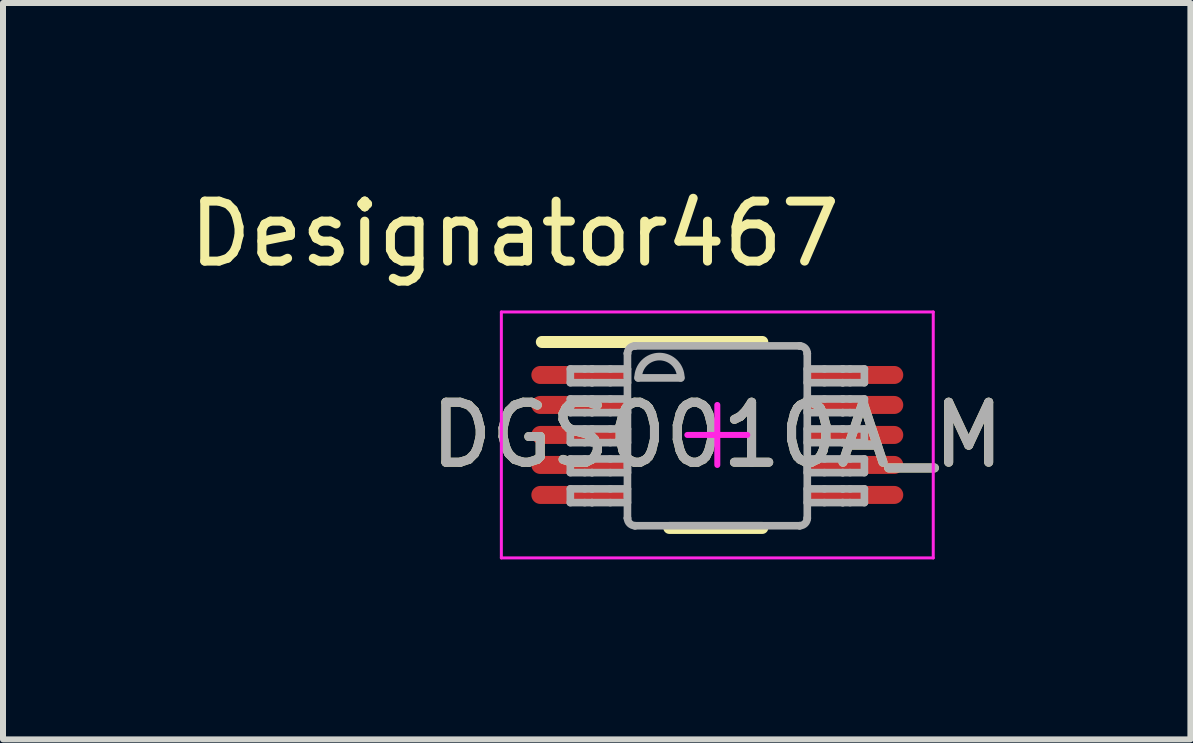
<source format=kicad_pcb>
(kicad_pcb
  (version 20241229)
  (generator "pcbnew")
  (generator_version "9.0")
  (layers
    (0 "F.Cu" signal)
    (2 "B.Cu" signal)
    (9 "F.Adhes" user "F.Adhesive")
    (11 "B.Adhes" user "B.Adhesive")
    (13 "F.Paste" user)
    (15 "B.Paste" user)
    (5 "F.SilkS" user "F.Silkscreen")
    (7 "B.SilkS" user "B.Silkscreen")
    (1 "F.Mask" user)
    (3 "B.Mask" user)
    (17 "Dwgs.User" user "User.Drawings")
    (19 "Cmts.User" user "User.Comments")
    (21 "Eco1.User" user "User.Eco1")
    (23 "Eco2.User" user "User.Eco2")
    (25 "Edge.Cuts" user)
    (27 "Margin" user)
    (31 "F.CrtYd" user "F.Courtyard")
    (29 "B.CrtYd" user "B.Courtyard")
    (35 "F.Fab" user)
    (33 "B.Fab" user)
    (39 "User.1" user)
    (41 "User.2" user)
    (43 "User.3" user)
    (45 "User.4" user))
  (footprint "DGS0010A_M"
    (layer "F.Cu")
    (at 8.908 4.201)
    (property "Reference" "DGS0010A_M" (at 0 0 0) (unlocked yes) (layer "F.SilkS") (effects (font (size 1 1) (thickness 0.15))))
    (attr smd)
    (fp_line (start -2.925 -1.55) (end 0.75 -1.55) (stroke (width 0.2) (type solid)) (layer "F.SilkS"))
    (fp_line (start -0.8 1.55) (end 0.75 1.55) (stroke (width 0.2) (type solid)) (layer "F.SilkS"))
    (fp_line (start -3.6 -2.05) (end 3.6 -2.05) (stroke (width 0.05) (type solid)) (layer "F.CrtYd"))
    (fp_line (start -3.6 2.05) (end -3.6 -2.05) (stroke (width 0.05) (type solid)) (layer "F.CrtYd"))
    (fp_line (start -3.6 2.05) (end 3.6 2.05) (stroke (width 0.05) (type solid)) (layer "F.CrtYd"))
    (fp_line (start -0.5 0.000003) (end 0.5 0.000003) (stroke (width 0.1) (type solid)) (layer "F.CrtYd"))
    (fp_line (start 0 0.5) (end 0 -0.5) (stroke (width 0.1) (type solid)) (layer "F.CrtYd"))
    (fp_line (start 3.6 2.05) (end 3.6 -2.05) (stroke (width 0.05) (type solid)) (layer "F.CrtYd"))
    (fp_line (start -2.45 -1.1) (end -2.21 -1.1) (stroke (width 0.127) (type solid)) (layer "F.Fab"))
    (fp_line (start -2.45 -0.871) (end -2.45 -1.1) (stroke (width 0.127) (type solid)) (layer "F.Fab"))
    (fp_line (start -2.45 -0.871) (end -2.21 -0.871) (stroke (width 0.127) (type solid)) (layer "F.Fab"))
    (fp_line (start -2.45 -0.6) (end -2.21 -0.6) (stroke (width 0.127) (type solid)) (layer "F.Fab"))
    (fp_line (start -2.45 -0.372) (end -2.45 -0.6) (stroke (width 0.127) (type solid)) (layer "F.Fab"))
    (fp_line (start -2.45 -0.372) (end -2.21 -0.372) (stroke (width 0.127) (type solid)) (layer "F.Fab"))
    (fp_line (start -2.45 -0.1) (end -2.21 -0.1) (stroke (width 0.127) (type solid)) (layer "F.Fab"))
    (fp_line (start -2.45 0.128) (end -2.45 -0.1) (stroke (width 0.127) (type solid)) (layer "F.Fab"))
    (fp_line (start -2.45 0.128) (end -2.21 0.128) (stroke (width 0.127) (type solid)) (layer "F.Fab"))
    (fp_line (start -2.45 0.4) (end -2.21 0.4) (stroke (width 0.127) (type solid)) (layer "F.Fab"))
    (fp_line (start -2.45 0.628) (end -2.45 0.4) (stroke (width 0.127) (type solid)) (layer "F.Fab"))
    (fp_line (start -2.45 0.628) (end -2.21 0.628) (stroke (width 0.127) (type solid)) (layer "F.Fab"))
    (fp_line (start -2.45 0.899) (end -2.21 0.899) (stroke (width 0.127) (type solid)) (layer "F.Fab"))
    (fp_line (start -2.45 1.128) (end -2.45 0.899) (stroke (width 0.127) (type solid)) (layer "F.Fab"))
    (fp_line (start -2.45 1.128) (end -2.21 1.128) (stroke (width 0.127) (type solid)) (layer "F.Fab"))
    (fp_line (start -2.21 -1.1) (end -2.09 -1.1) (stroke (width 0.127) (type solid)) (layer "F.Fab"))
    (fp_line (start -2.21 -0.871) (end -2.09 -0.871) (stroke (width 0.127) (type solid)) (layer "F.Fab"))
    (fp_line (start -2.21 -0.6) (end -2.09 -0.6) (stroke (width 0.127) (type solid)) (layer "F.Fab"))
    (fp_line (start -2.21 -0.372) (end -2.09 -0.372) (stroke (width 0.127) (type solid)) (layer "F.Fab"))
    (fp_line (start -2.21 -0.1) (end -2.09 -0.1) (stroke (width 0.127) (type solid)) (layer "F.Fab"))
    (fp_line (start -2.21 0.128) (end -2.09 0.128) (stroke (width 0.127) (type solid)) (layer "F.Fab"))
    (fp_line (start -2.21 0.4) (end -2.09 0.4) (stroke (width 0.127) (type solid)) (layer "F.Fab"))
    (fp_line (start -2.21 0.628) (end -2.09 0.628) (stroke (width 0.127) (type solid)) (layer "F.Fab"))
    (fp_line (start -2.21 0.899) (end -2.09 0.899) (stroke (width 0.127) (type solid)) (layer "F.Fab"))
    (fp_line (start -2.21 1.128) (end -2.09 1.128) (stroke (width 0.127) (type solid)) (layer "F.Fab"))
    (fp_line (start -2.09 -1.1) (end -2.087 -1.1) (stroke (width 0.127) (type solid)) (layer "F.Fab"))
    (fp_line (start -2.09 -0.871) (end -2.087 -0.871) (stroke (width 0.127) (type solid)) (layer "F.Fab"))
    (fp_line (start -2.09 -0.6) (end -2.087 -0.6) (stroke (width 0.127) (type solid)) (layer "F.Fab"))
    (fp_line (start -2.09 -0.372) (end -2.087 -0.372) (stroke (width 0.127) (type solid)) (layer "F.Fab"))
    (fp_line (start -2.09 -0.1) (end -2.087 -0.1) (stroke (width 0.127) (type solid)) (layer "F.Fab"))
    (fp_line (start -2.09 0.128) (end -2.087 0.128) (stroke (width 0.127) (type solid)) (layer "F.Fab"))
    (fp_line (start -2.09 0.4) (end -2.087 0.4) (stroke (width 0.127) (type solid)) (layer "F.Fab"))
    (fp_line (start -2.09 0.628) (end -2.087 0.628) (stroke (width 0.127) (type solid)) (layer "F.Fab"))
    (fp_line (start -2.09 0.899) (end -2.087 0.899) (stroke (width 0.127) (type solid)) (layer "F.Fab"))
    (fp_line (start -2.09 1.128) (end -2.087 1.128) (stroke (width 0.127) (type solid)) (layer "F.Fab"))
    (fp_line (start -2.087 -1.1) (end -1.784 -1.1) (stroke (width 0.127) (type solid)) (layer "F.Fab"))
    (fp_line (start -2.087 -0.871) (end -1.784 -0.871) (stroke (width 0.127) (type solid)) (layer "F.Fab"))
    (fp_line (start -2.087 -0.6) (end -1.784 -0.6) (stroke (width 0.127) (type solid)) (layer "F.Fab"))
    (fp_line (start -2.087 -0.372) (end -1.784 -0.372) (stroke (width 0.127) (type solid)) (layer "F.Fab"))
    (fp_line (start -2.087 -0.1) (end -1.784 -0.1) (stroke (width 0.127) (type solid)) (layer "F.Fab"))
    (fp_line (start -2.087 0.128) (end -1.784 0.128) (stroke (width 0.127) (type solid)) (layer "F.Fab"))
    (fp_line (start -2.087 0.4) (end -1.784 0.4) (stroke (width 0.127) (type solid)) (layer "F.Fab"))
    (fp_line (start -2.087 0.628) (end -1.784 0.628) (stroke (width 0.127) (type solid)) (layer "F.Fab"))
    (fp_line (start -2.087 0.899) (end -1.784 0.899) (stroke (width 0.127) (type solid)) (layer "F.Fab"))
    (fp_line (start -2.087 1.128) (end -1.784 1.128) (stroke (width 0.127) (type solid)) (layer "F.Fab"))
    (fp_line (start -1.784 -1.1) (end -1.498 -1.1) (stroke (width 0.127) (type solid)) (layer "F.Fab"))
    (fp_line (start -1.784 -0.871) (end -1.498 -0.871) (stroke (width 0.127) (type solid)) (layer "F.Fab"))
    (fp_line (start -1.784 -0.6) (end -1.498 -0.6) (stroke (width 0.127) (type solid)) (layer "F.Fab"))
    (fp_line (start -1.784 -0.372) (end -1.498 -0.372) (stroke (width 0.127) (type solid)) (layer "F.Fab"))
    (fp_line (start -1.784 -0.1) (end -1.498 -0.1) (stroke (width 0.127) (type solid)) (layer "F.Fab"))
    (fp_line (start -1.784 0.128) (end -1.498 0.128) (stroke (width 0.127) (type solid)) (layer "F.Fab"))
    (fp_line (start -1.784 0.4) (end -1.498 0.4) (stroke (width 0.127) (type solid)) (layer "F.Fab"))
    (fp_line (start -1.784 0.628) (end -1.498 0.628) (stroke (width 0.127) (type solid)) (layer "F.Fab"))
    (fp_line (start -1.784 0.899) (end -1.498 0.899) (stroke (width 0.127) (type solid)) (layer "F.Fab"))
    (fp_line (start -1.784 1.128) (end -1.498 1.128) (stroke (width 0.127) (type solid)) (layer "F.Fab"))
    (fp_line (start -1.498 -1.358) (end -1.497 -1.36) (stroke (width 0.127) (type solid)) (layer "F.Fab"))
    (fp_line (start -1.498 -0.871) (end -1.498 -1.1) (stroke (width 0.127) (type solid)) (layer "F.Fab"))
    (fp_line (start -1.498 -0.372) (end -1.498 -0.6) (stroke (width 0.127) (type solid)) (layer "F.Fab"))
    (fp_line (start -1.498 0.128) (end -1.498 -0.1) (stroke (width 0.127) (type solid)) (layer "F.Fab"))
    (fp_line (start -1.498 0.628) (end -1.498 0.4) (stroke (width 0.127) (type solid)) (layer "F.Fab"))
    (fp_line (start -1.498 1.128) (end -1.498 0.899) (stroke (width 0.127) (type solid)) (layer "F.Fab"))
    (fp_line (start -1.498 1.386) (end -1.498 -1.358) (stroke (width 0.127) (type solid)) (layer "F.Fab"))
    (fp_line (start -1.498 1.386) (end -1.497 1.388) (stroke (width 0.127) (type solid)) (layer "F.Fab"))
    (fp_line (start -1.373 -1.485) (end -1.371 -1.485) (stroke (width 0.127) (type solid)) (layer "F.Fab"))
    (fp_line (start -1.373 1.513) (end -1.371 1.513) (stroke (width 0.127) (type solid)) (layer "F.Fab"))
    (fp_line (start -1.371 -1.485) (end 1.373 -1.485) (stroke (width 0.127) (type solid)) (layer "F.Fab"))
    (fp_line (start -1.371 1.513) (end 1.373 1.513) (stroke (width 0.127) (type solid)) (layer "F.Fab"))
    (fp_line (start -1.32 -0.951) (end -0.609 -0.951) (stroke (width 0.127) (type solid)) (layer "F.Fab"))
    (fp_line (start 1.373 -1.485) (end 1.375 -1.485) (stroke (width 0.127) (type solid)) (layer "F.Fab"))
    (fp_line (start 1.373 1.513) (end 1.375 1.513) (stroke (width 0.127) (type solid)) (layer "F.Fab"))
    (fp_line (start 1.5 -1.36) (end 1.5 -1.358) (stroke (width 0.127) (type solid)) (layer "F.Fab"))
    (fp_line (start 1.5 1.388) (end 1.5 1.386) (stroke (width 0.127) (type solid)) (layer "F.Fab"))
    (fp_line (start 1.5 -1.1) (end 1.786 -1.1) (stroke (width 0.127) (type solid)) (layer "F.Fab"))
    (fp_line (start 1.5 -0.871) (end 1.5 -1.1) (stroke (width 0.127) (type solid)) (layer "F.Fab"))
    (fp_line (start 1.5 -0.871) (end 1.786 -0.871) (stroke (width 0.127) (type solid)) (layer "F.Fab"))
    (fp_line (start 1.5 -0.6) (end 1.786 -0.6) (stroke (width 0.127) (type solid)) (layer "F.Fab"))
    (fp_line (start 1.5 -0.372) (end 1.5 -0.6) (stroke (width 0.127) (type solid)) (layer "F.Fab"))
    (fp_line (start 1.5 -0.372) (end 1.786 -0.372) (stroke (width 0.127) (type solid)) (layer "F.Fab"))
    (fp_line (start 1.5 -0.1) (end 1.786 -0.1) (stroke (width 0.127) (type solid)) (layer "F.Fab"))
    (fp_line (start 1.5 0.128) (end 1.5 -0.1) (stroke (width 0.127) (type solid)) (layer "F.Fab"))
    (fp_line (start 1.5 0.128) (end 1.786 0.128) (stroke (width 0.127) (type solid)) (layer "F.Fab"))
    (fp_line (start 1.5 0.4) (end 1.786 0.4) (stroke (width 0.127) (type solid)) (layer "F.Fab"))
    (fp_line (start 1.5 0.628) (end 1.5 0.4) (stroke (width 0.127) (type solid)) (layer "F.Fab"))
    (fp_line (start 1.5 0.628) (end 1.786 0.628) (stroke (width 0.127) (type solid)) (layer "F.Fab"))
    (fp_line (start 1.5 0.899) (end 1.786 0.899) (stroke (width 0.127) (type solid)) (layer "F.Fab"))
    (fp_line (start 1.5 1.128) (end 1.5 0.899) (stroke (width 0.127) (type solid)) (layer "F.Fab"))
    (fp_line (start 1.5 1.128) (end 1.786 1.128) (stroke (width 0.127) (type solid)) (layer "F.Fab"))
    (fp_line (start 1.5 1.386) (end 1.5 -1.358) (stroke (width 0.127) (type solid)) (layer "F.Fab"))
    (fp_line (start 1.786 -1.1) (end 2.089 -1.1) (stroke (width 0.127) (type solid)) (layer "F.Fab"))
    (fp_line (start 1.786 -0.871) (end 2.089 -0.871) (stroke (width 0.127) (type solid)) (layer "F.Fab"))
    (fp_line (start 1.786 -0.6) (end 2.089 -0.6) (stroke (width 0.127) (type solid)) (layer "F.Fab"))
    (fp_line (start 1.786 -0.372) (end 2.089 -0.372) (stroke (width 0.127) (type solid)) (layer "F.Fab"))
    (fp_line (start 1.786 -0.1) (end 2.089 -0.1) (stroke (width 0.127) (type solid)) (layer "F.Fab"))
    (fp_line (start 1.786 0.128) (end 2.089 0.128) (stroke (width 0.127) (type solid)) (layer "F.Fab"))
    (fp_line (start 1.786 0.4) (end 2.089 0.4) (stroke (width 0.127) (type solid)) (layer "F.Fab"))
    (fp_line (start 1.786 0.628) (end 2.089 0.628) (stroke (width 0.127) (type solid)) (layer "F.Fab"))
    (fp_line (start 1.786 0.899) (end 2.089 0.899) (stroke (width 0.127) (type solid)) (layer "F.Fab"))
    (fp_line (start 1.786 1.128) (end 2.089 1.128) (stroke (width 0.127) (type solid)) (layer "F.Fab"))
    (fp_line (start 2.089 -1.1) (end 2.093 -1.1) (stroke (width 0.127) (type solid)) (layer "F.Fab"))
    (fp_line (start 2.089 -0.871) (end 2.093 -0.871) (stroke (width 0.127) (type solid)) (layer "F.Fab"))
    (fp_line (start 2.089 -0.6) (end 2.093 -0.6) (stroke (width 0.127) (type solid)) (layer "F.Fab"))
    (fp_line (start 2.089 -0.372) (end 2.093 -0.372) (stroke (width 0.127) (type solid)) (layer "F.Fab"))
    (fp_line (start 2.089 -0.1) (end 2.093 -0.1) (stroke (width 0.127) (type solid)) (layer "F.Fab"))
    (fp_line (start 2.089 0.128) (end 2.093 0.128) (stroke (width 0.127) (type solid)) (layer "F.Fab"))
    (fp_line (start 2.089 0.4) (end 2.093 0.4) (stroke (width 0.127) (type solid)) (layer "F.Fab"))
    (fp_line (start 2.089 0.628) (end 2.093 0.628) (stroke (width 0.127) (type solid)) (layer "F.Fab"))
    (fp_line (start 2.089 0.899) (end 2.093 0.899) (stroke (width 0.127) (type solid)) (layer "F.Fab"))
    (fp_line (start 2.089 1.128) (end 2.093 1.128) (stroke (width 0.127) (type solid)) (layer "F.Fab"))
    (fp_line (start 2.093 -1.1) (end 2.213 -1.1) (stroke (width 0.127) (type solid)) (layer "F.Fab"))
    (fp_line (start 2.093 -0.871) (end 2.213 -0.871) (stroke (width 0.127) (type solid)) (layer "F.Fab"))
    (fp_line (start 2.093 -0.6) (end 2.213 -0.6) (stroke (width 0.127) (type solid)) (layer "F.Fab"))
    (fp_line (start 2.093 -0.372) (end 2.213 -0.372) (stroke (width 0.127) (type solid)) (layer "F.Fab"))
    (fp_line (start 2.093 -0.1) (end 2.213 -0.1) (stroke (width 0.127) (type solid)) (layer "F.Fab"))
    (fp_line (start 2.093 0.128) (end 2.213 0.128) (stroke (width 0.127) (type solid)) (layer "F.Fab"))
    (fp_line (start 2.093 0.4) (end 2.213 0.4) (stroke (width 0.127) (type solid)) (layer "F.Fab"))
    (fp_line (start 2.093 0.628) (end 2.213 0.628) (stroke (width 0.127) (type solid)) (layer "F.Fab"))
    (fp_line (start 2.093 0.899) (end 2.213 0.899) (stroke (width 0.127) (type solid)) (layer "F.Fab"))
    (fp_line (start 2.093 1.128) (end 2.213 1.128) (stroke (width 0.127) (type solid)) (layer "F.Fab"))
    (fp_line (start 2.213 -1.1) (end 2.452 -1.1) (stroke (width 0.127) (type solid)) (layer "F.Fab"))
    (fp_line (start 2.213 -0.871) (end 2.452 -0.871) (stroke (width 0.127) (type solid)) (layer "F.Fab"))
    (fp_line (start 2.213 -0.6) (end 2.452 -0.6) (stroke (width 0.127) (type solid)) (layer "F.Fab"))
    (fp_line (start 2.213 -0.372) (end 2.452 -0.372) (stroke (width 0.127) (type solid)) (layer "F.Fab"))
    (fp_line (start 2.213 -0.1) (end 2.452 -0.1) (stroke (width 0.127) (type solid)) (layer "F.Fab"))
    (fp_line (start 2.213 0.128) (end 2.452 0.128) (stroke (width 0.127) (type solid)) (layer "F.Fab"))
    (fp_line (start 2.213 0.4) (end 2.452 0.4) (stroke (width 0.127) (type solid)) (layer "F.Fab"))
    (fp_line (start 2.213 0.628) (end 2.452 0.628) (stroke (width 0.127) (type solid)) (layer "F.Fab"))
    (fp_line (start 2.213 0.899) (end 2.452 0.899) (stroke (width 0.127) (type solid)) (layer "F.Fab"))
    (fp_line (start 2.213 1.128) (end 2.452 1.128) (stroke (width 0.127) (type solid)) (layer "F.Fab"))
    (fp_line (start 2.452 -0.871) (end 2.452 -1.1) (stroke (width 0.127) (type solid)) (layer "F.Fab"))
    (fp_line (start 2.452 -0.372) (end 2.452 -0.6) (stroke (width 0.127) (type solid)) (layer "F.Fab"))
    (fp_line (start 2.452 0.128) (end 2.452 -0.1) (stroke (width 0.127) (type solid)) (layer "F.Fab"))
    (fp_line (start 2.452 0.628) (end 2.452 0.4) (stroke (width 0.127) (type solid)) (layer "F.Fab"))
    (fp_line (start 2.452 1.128) (end 2.452 0.899) (stroke (width 0.127) (type solid)) (layer "F.Fab"))
    (fp_arc (start -1.49745 -1.360299) (mid -1.460293 -1.447356) (end -1.373243 -1.484531) (stroke (width 0.127) (type solid)) (layer "F.Fab"))
    (fp_arc (start -1.373243 1.512619) (mid -1.460293 1.475444) (end -1.49745 1.388386) (stroke (width 0.127) (type solid)) (layer "F.Fab"))
    (fp_arc (start -1.3197 -0.951156) (mid -0.9641 -1.306756) (end -0.6085 -0.951156) (stroke (width 0.127) (type solid)) (layer "F.Fab"))
    (fp_arc (start 1.375443 -1.484532) (mid 1.462505 -1.447362) (end 1.499675 -1.360299) (stroke (width 0.127) (type solid)) (layer "F.Fab"))
    (fp_arc (start 1.499675 1.388387) (mid 1.462505 1.475449) (end 1.375443 1.512619) (stroke (width 0.127) (type solid)) (layer "F.Fab"))
    (fp_text user "Designator467" (at -3.378 -3.353 0) (unlocked yes) (layer "F.SilkS") (effects (font (size 1 1) (thickness 0.15))))
    (fp_text user "${REFERENCE}" (at 0 0 0) (unlocked yes) (layer "F.Fab") (effects (font (size 1 1) (thickness 0.15))))
    (pad "1" smd oval (at -2.325 -1 90) (size 0.3 1.55) (layers "F.Cu" "F.Mask" "F.Paste"))
    (pad "2" smd oval (at -2.325 -0.5 90) (size 0.3 1.55) (layers "F.Cu" "F.Mask" "F.Paste"))
    (pad "3" smd oval (at -2.325 0 90) (size 0.3 1.55) (layers "F.Cu" "F.Mask" "F.Paste"))
    (pad "4" smd oval (at -2.325 0.5 90) (size 0.3 1.55) (layers "F.Cu" "F.Mask" "F.Paste"))
    (pad "5" smd oval (at -2.325 1 90) (size 0.3 1.55) (layers "F.Cu" "F.Mask" "F.Paste"))
    (pad "6" smd oval (at 2.325 1 90) (size 0.3 1.55) (layers "F.Cu" "F.Mask" "F.Paste"))
    (pad "7" smd oval (at 2.325 0.5 90) (size 0.3 1.55) (layers "F.Cu" "F.Mask" "F.Paste"))
    (pad "8" smd oval (at 2.325 0 90) (size 0.3 1.55) (layers "F.Cu" "F.Mask" "F.Paste"))
    (pad "9" smd oval (at 2.325 -0.5 90) (size 0.3 1.55) (layers "F.Cu" "F.Mask" "F.Paste"))
    (pad "10" smd oval (at 2.325 -1 90) (size 0.3 1.55) (layers "F.Cu" "F.Mask" "F.Paste")))
  (gr_rect
    (start -3 -3)
    (end 16.795 9.276)
    (stroke (width 0.1) (type default))
    (fill no)
    (layer "Edge.Cuts")))
</source>
